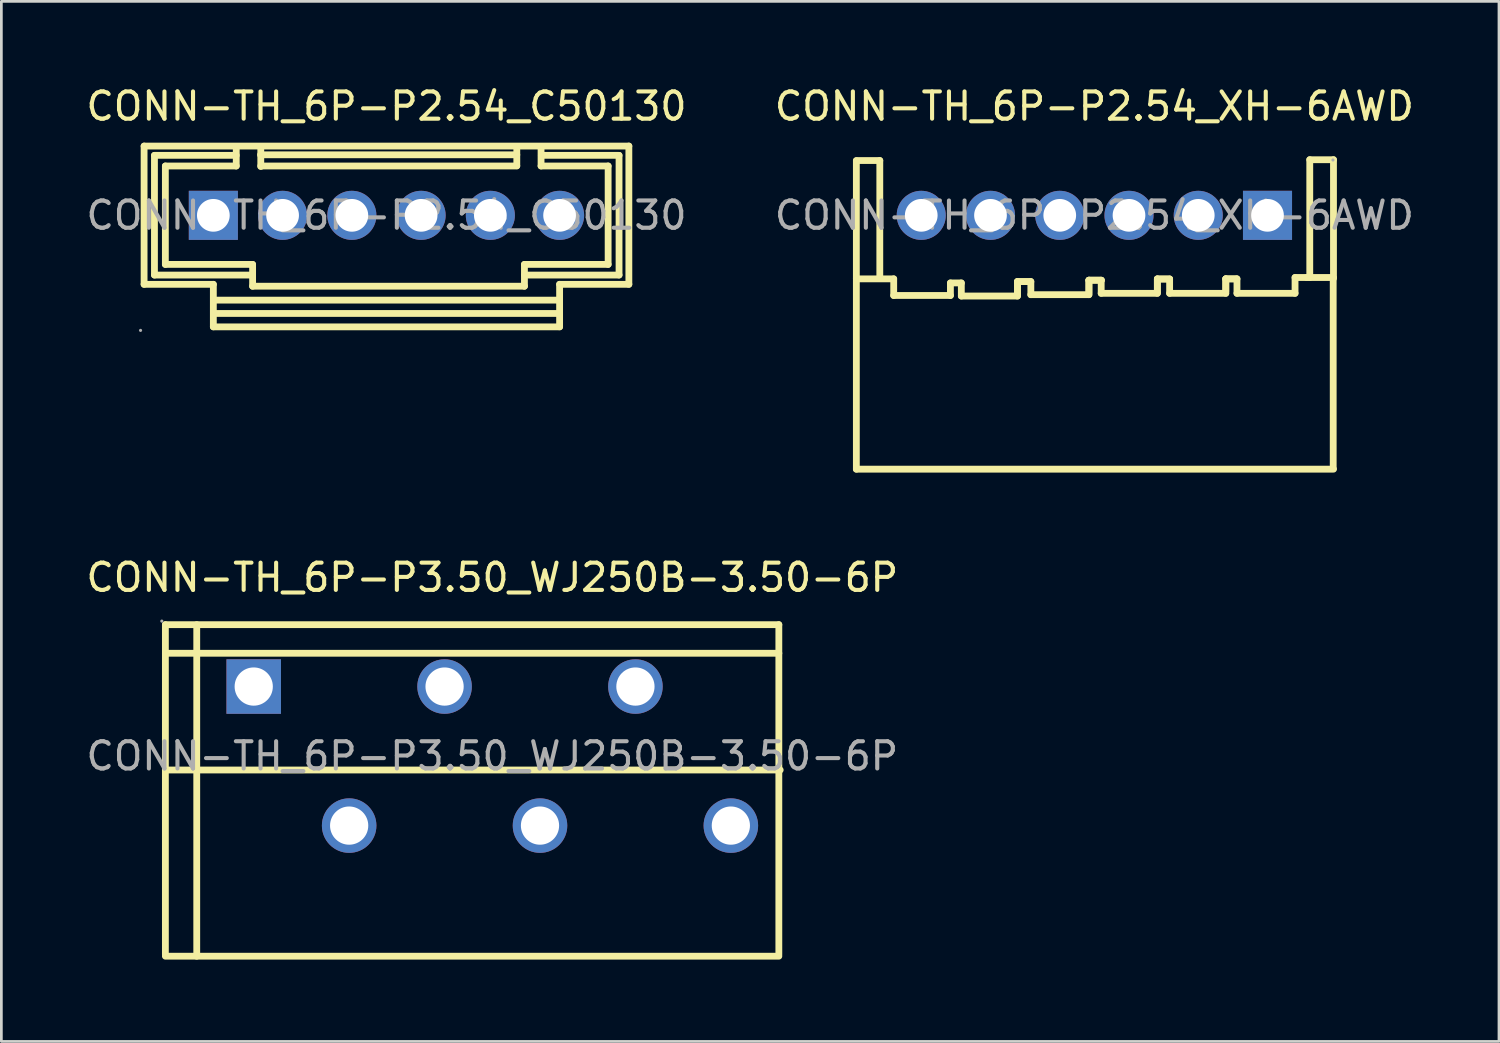
<source format=kicad_pcb>
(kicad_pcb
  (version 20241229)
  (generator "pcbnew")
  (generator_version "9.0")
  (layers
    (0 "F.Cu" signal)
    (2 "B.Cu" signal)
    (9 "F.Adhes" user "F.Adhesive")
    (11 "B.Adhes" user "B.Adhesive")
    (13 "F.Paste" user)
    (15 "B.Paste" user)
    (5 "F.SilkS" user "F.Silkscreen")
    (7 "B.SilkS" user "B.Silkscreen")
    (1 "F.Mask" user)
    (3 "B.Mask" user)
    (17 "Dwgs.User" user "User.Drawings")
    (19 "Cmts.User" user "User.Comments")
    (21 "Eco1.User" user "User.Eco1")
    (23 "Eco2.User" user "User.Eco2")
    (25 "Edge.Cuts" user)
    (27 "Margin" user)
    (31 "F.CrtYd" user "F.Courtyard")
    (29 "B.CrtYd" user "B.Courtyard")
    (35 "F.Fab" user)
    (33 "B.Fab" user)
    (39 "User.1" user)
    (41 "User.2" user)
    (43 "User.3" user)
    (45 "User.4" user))
  (footprint "CONN-TH_6P-P3.50_WJ250B-3.50-6P"
    (layer "F.Cu")
    (at 15.006 24.681)
    (property "Reference" "CONN-TH_6P-P3.50_WJ250B-3.50-6P" (at 0 -6.55 0) (layer "F.SilkS") (effects (font (size 1 1) (thickness 0.15))))
    (attr through_hole)
    (fp_line (start -11.99 -4.82) (end -11.99 7.28) (stroke (width 0.25) (type solid)) (layer "F.SilkS"))
    (fp_line (start -11.99 -4.82) (end 10.51 -4.82) (stroke (width 0.25) (type solid)) (layer "F.SilkS"))
    (fp_line (start -11.99 -3.77) (end 10.51 -3.77) (stroke (width 0.25) (type solid)) (layer "F.SilkS"))
    (fp_line (start -11.99 7.34) (end 10.51 7.34) (stroke (width 0.25) (type solid)) (layer "F.SilkS"))
    (fp_line (start -11.94 0.51) (end 10.56 0.51) (stroke (width 0.25) (type solid)) (layer "F.SilkS"))
    (fp_line (start -10.84 -4.82) (end -10.84 7.34) (stroke (width 0.25) (type solid)) (layer "F.SilkS"))
    (fp_line (start 10.51 -4.82) (end 10.51 7.28) (stroke (width 0.25) (type solid)) (layer "F.SilkS"))
    (fp_circle (center -12.12 -4.95) (end -12.09 -4.95) (stroke (width 0.06) (type solid)) (fill no) (layer "F.Fab"))
    (fp_circle (center -8.75 -2.55) (end -8.45 -2.55) (stroke (width 0.6) (type solid)) (fill no) (layer "F.Fab"))
    (fp_circle (center -5.25 2.55) (end -4.95 2.55) (stroke (width 0.6) (type solid)) (fill no) (layer "F.Fab"))
    (fp_circle (center -1.75 -2.55) (end -1.45 -2.55) (stroke (width 0.6) (type solid)) (fill no) (layer "F.Fab"))
    (fp_circle (center 1.75 2.55) (end 2.05 2.55) (stroke (width 0.6) (type solid)) (fill no) (layer "F.Fab"))
    (fp_circle (center 5.25 -2.55) (end 5.55 -2.55) (stroke (width 0.6) (type solid)) (fill no) (layer "F.Fab"))
    (fp_circle (center 8.75 2.55) (end 9.05 2.55) (stroke (width 0.6) (type solid)) (fill no) (layer "F.Fab"))
    (fp_text user "${REFERENCE}" (at 0 0 0) (layer "F.Fab") (effects (font (size 1 1) (thickness 0.15))))
    (pad "1" thru_hole rect (at -8.75 -2.55 180) (size 2 2) (drill 1.402) (layers "*.Cu" "*.Paste" "*.Mask"))
    (pad "4" thru_hole circle (at -5.25 2.55 180) (size 2 2) (drill 1.402) (layers "*.Cu" "*.Paste" "*.Mask"))
    (pad "5" thru_hole circle (at -1.75 -2.55 180) (size 2 2) (drill 1.402) (layers "*.Cu" "*.Paste" "*.Mask"))
    (pad "8" thru_hole circle (at 1.75 2.55) (size 2 2) (drill 1.402) (layers "*.Cu" "*.Paste" "*.Mask"))
    (pad "9" thru_hole circle (at 5.25 -2.55) (size 2 2) (drill 1.402) (layers "*.Cu" "*.Paste" "*.Mask"))
    (pad "12" thru_hole circle (at 8.75 2.55) (size 2 2) (drill 1.402) (layers "*.Cu" "*.Paste" "*.Mask")))
  (footprint "CONN-TH_6P-P2.54_C50130"
    (layer "F.Cu")
    (at 11.125 4.848)
    (property "Reference" "CONN-TH_6P-P2.54_C50130" (at 0 -4 0) (layer "F.SilkS") (effects (font (size 1 1) (thickness 0.15))))
    (attr through_hole)
    (fp_line (start -8.89 -2.54) (end -8.89 2.53) (stroke (width 0.25) (type solid)) (layer "F.SilkS"))
    (fp_line (start -8.89 -2.54) (end 8.89 -2.54) (stroke (width 0.25) (type solid)) (layer "F.SilkS"))
    (fp_line (start -8.89 2.53) (end -6.35 2.53) (stroke (width 0.25) (type solid)) (layer "F.SilkS"))
    (fp_line (start -8.51 -2.2) (end -8.51 2.19) (stroke (width 0.25) (type solid)) (layer "F.SilkS"))
    (fp_line (start -8.51 2.19) (end -4.91 2.19) (stroke (width 0.25) (type solid)) (layer "F.SilkS"))
    (fp_line (start -8.11 -1.81) (end -8.11 1.8) (stroke (width 0.25) (type solid)) (layer "F.SilkS"))
    (fp_line (start -8.11 1.8) (end -4.91 1.8) (stroke (width 0.25) (type solid)) (layer "F.SilkS"))
    (fp_line (start -6.35 2.53) (end -6.35 4.09) (stroke (width 0.25) (type solid)) (layer "F.SilkS"))
    (fp_line (start -6.35 4.09) (end 6.35 4.09) (stroke (width 0.25) (type solid)) (layer "F.SilkS"))
    (fp_line (start -6.31 3.11) (end 6.35 3.11) (stroke (width 0.25) (type solid)) (layer "F.SilkS"))
    (fp_line (start -6.31 3.6) (end 6.35 3.6) (stroke (width 0.25) (type solid)) (layer "F.SilkS"))
    (fp_line (start -5.51 -2.2) (end -8.51 -2.2) (stroke (width 0.25) (type solid)) (layer "F.SilkS"))
    (fp_line (start -5.51 -1.81) (end -8.11 -1.81) (stroke (width 0.25) (type solid)) (layer "F.SilkS"))
    (fp_line (start -5.51 -1.81) (end -5.51 -2.5) (stroke (width 0.25) (type solid)) (layer "F.SilkS"))
    (fp_line (start -4.91 1.8) (end -4.91 2.6) (stroke (width 0.25) (type solid)) (layer "F.SilkS"))
    (fp_line (start -4.91 2.6) (end 5.06 2.6) (stroke (width 0.25) (type solid)) (layer "F.SilkS"))
    (fp_line (start -4.62 -2.22) (end 4.78 -2.22) (stroke (width 0.25) (type solid)) (layer "F.SilkS"))
    (fp_line (start -4.61 -1.81) (end 4.78 -1.81) (stroke (width 0.25) (type solid)) (layer "F.SilkS"))
    (fp_line (start -4.61 -1.79) (end -4.61 -2.5) (stroke (width 0.25) (type solid)) (layer "F.SilkS"))
    (fp_line (start 4.78 -1.82) (end 4.78 -2.51) (stroke (width 0.25) (type solid)) (layer "F.SilkS"))
    (fp_line (start 5.06 1.8) (end 8.13 1.8) (stroke (width 0.25) (type solid)) (layer "F.SilkS"))
    (fp_line (start 5.06 2.6) (end 5.06 1.8) (stroke (width 0.25) (type solid)) (layer "F.SilkS"))
    (fp_line (start 5.67 -1.81) (end 5.67 -2.5) (stroke (width 0.25) (type solid)) (layer "F.SilkS"))
    (fp_line (start 5.68 -2.2) (end 8.53 -2.2) (stroke (width 0.25) (type solid)) (layer "F.SilkS"))
    (fp_line (start 6.35 2.53) (end 6.35 4.09) (stroke (width 0.25) (type solid)) (layer "F.SilkS"))
    (fp_line (start 6.35 2.53) (end 8.89 2.53) (stroke (width 0.25) (type solid)) (layer "F.SilkS"))
    (fp_line (start 8.13 -1.81) (end 5.67 -1.81) (stroke (width 0.25) (type solid)) (layer "F.SilkS"))
    (fp_line (start 8.13 1.8) (end 8.13 -1.81) (stroke (width 0.25) (type solid)) (layer "F.SilkS"))
    (fp_line (start 8.53 -2.2) (end 8.53 2.19) (stroke (width 0.25) (type solid)) (layer "F.SilkS"))
    (fp_line (start 8.53 2.19) (end 5.07 2.19) (stroke (width 0.25) (type solid)) (layer "F.SilkS"))
    (fp_line (start 8.89 -2.54) (end 8.89 2.53) (stroke (width 0.25) (type solid)) (layer "F.SilkS"))
    (fp_circle (center -9.02 4.22) (end -8.99 4.22) (stroke (width 0.06) (type solid)) (fill no) (layer "F.Fab"))
    (fp_circle (center -6.35 0) (end -6.1 0) (stroke (width 0.5) (type solid)) (fill no) (layer "F.Fab"))
    (fp_circle (center -3.81 0) (end -3.56 0) (stroke (width 0.5) (type solid)) (fill no) (layer "F.Fab"))
    (fp_circle (center -1.27 0) (end -1.02 0) (stroke (width 0.5) (type solid)) (fill no) (layer "F.Fab"))
    (fp_circle (center 1.27 0) (end 1.52 0) (stroke (width 0.5) (type solid)) (fill no) (layer "F.Fab"))
    (fp_circle (center 3.81 0) (end 4.06 0) (stroke (width 0.5) (type solid)) (fill no) (layer "F.Fab"))
    (fp_circle (center 6.35 0) (end 6.6 0) (stroke (width 0.5) (type solid)) (fill no) (layer "F.Fab"))
    (fp_text user "${REFERENCE}" (at 0 0 0) (layer "F.Fab") (effects (font (size 1 1) (thickness 0.15))))
    (pad "1" thru_hole rect (at -6.35 0) (size 1.8 1.8) (drill 1.2) (layers "*.Cu" "*.Paste" "*.Mask"))
    (pad "2" thru_hole circle (at -3.81 0) (size 1.8 1.8) (drill 1.2) (layers "*.Cu" "*.Paste" "*.Mask"))
    (pad "3" thru_hole circle (at -1.27 0) (size 1.8 1.8) (drill 1.2) (layers "*.Cu" "*.Paste" "*.Mask"))
    (pad "4" thru_hole circle (at 1.27 0) (size 1.8 1.8) (drill 1.2) (layers "*.Cu" "*.Paste" "*.Mask"))
    (pad "5" thru_hole circle (at 3.81 0) (size 1.8 1.8) (drill 1.2) (layers "*.Cu" "*.Paste" "*.Mask"))
    (pad "6" thru_hole circle (at 6.35 0) (size 1.8 1.8) (drill 1.2) (layers "*.Cu" "*.Paste" "*.Mask")))
  (footprint "CONN-TH_6P-P2.54_XH-6AWD"
    (layer "F.Cu")
    (at 37.089 4.848)
    (property "Reference" "CONN-TH_6P-P2.54_XH-6AWD" (at 0 -4 0) (layer "F.SilkS") (effects (font (size 1 1) (thickness 0.15))))
    (attr through_hole)
    (fp_line (start -8.73 -2.01) (end -7.87 -2.01) (stroke (width 0.25) (type solid)) (layer "F.SilkS"))
    (fp_line (start -8.73 2.35) (end -8.73 -2) (stroke (width 0.25) (type solid)) (layer "F.SilkS"))
    (fp_line (start -8.73 2.38) (end -8.73 9.31) (stroke (width 0.25) (type solid)) (layer "F.SilkS"))
    (fp_line (start -7.87 -2.01) (end -7.87 2.3) (stroke (width 0.25) (type solid)) (layer "F.SilkS"))
    (fp_line (start -7.36 2.33) (end -8.73 2.33) (stroke (width 0.25) (type solid)) (layer "F.SilkS"))
    (fp_line (start -7.36 2.94) (end -7.36 2.33) (stroke (width 0.25) (type solid)) (layer "F.SilkS"))
    (fp_line (start -5.28 2.48) (end -5.28 2.94) (stroke (width 0.25) (type solid)) (layer "F.SilkS"))
    (fp_line (start -5.28 2.94) (end -7.36 2.94) (stroke (width 0.25) (type solid)) (layer "F.SilkS"))
    (fp_line (start -4.88 2.48) (end -5.28 2.48) (stroke (width 0.25) (type solid)) (layer "F.SilkS"))
    (fp_line (start -4.88 2.96) (end -4.88 2.48) (stroke (width 0.25) (type solid)) (layer "F.SilkS"))
    (fp_line (start -2.82 2.43) (end -2.82 2.89) (stroke (width 0.25) (type solid)) (layer "F.SilkS"))
    (fp_line (start -2.82 2.43) (end -2.82 2.96) (stroke (width 0.25) (type solid)) (layer "F.SilkS"))
    (fp_line (start -2.82 2.96) (end -4.88 2.96) (stroke (width 0.25) (type solid)) (layer "F.SilkS"))
    (fp_line (start -2.36 2.43) (end -2.82 2.43) (stroke (width 0.25) (type solid)) (layer "F.SilkS"))
    (fp_line (start -2.33 2.43) (end -2.82 2.43) (stroke (width 0.25) (type solid)) (layer "F.SilkS"))
    (fp_line (start -2.33 2.91) (end -2.33 2.43) (stroke (width 0.25) (type solid)) (layer "F.SilkS"))
    (fp_line (start -0.2 2.38) (end -0.2 2.84) (stroke (width 0.25) (type solid)) (layer "F.SilkS"))
    (fp_line (start -0.2 2.38) (end -0.2 2.91) (stroke (width 0.25) (type solid)) (layer "F.SilkS"))
    (fp_line (start -0.2 2.91) (end -2.33 2.91) (stroke (width 0.25) (type solid)) (layer "F.SilkS"))
    (fp_line (start 0.25 2.38) (end -0.2 2.38) (stroke (width 0.25) (type solid)) (layer "F.SilkS"))
    (fp_line (start 0.25 2.86) (end 0.25 2.38) (stroke (width 0.25) (type solid)) (layer "F.SilkS"))
    (fp_line (start 0.26 2.38) (end -0.2 2.38) (stroke (width 0.25) (type solid)) (layer "F.SilkS"))
    (fp_line (start 2.31 2.33) (end 2.31 2.86) (stroke (width 0.25) (type solid)) (layer "F.SilkS"))
    (fp_line (start 2.31 2.34) (end 2.31 2.79) (stroke (width 0.25) (type solid)) (layer "F.SilkS"))
    (fp_line (start 2.31 2.86) (end 0.25 2.86) (stroke (width 0.25) (type solid)) (layer "F.SilkS"))
    (fp_line (start 2.76 2.33) (end 2.31 2.33) (stroke (width 0.25) (type solid)) (layer "F.SilkS"))
    (fp_line (start 2.76 2.34) (end 2.31 2.34) (stroke (width 0.25) (type solid)) (layer "F.SilkS"))
    (fp_line (start 2.76 2.86) (end 2.76 2.34) (stroke (width 0.25) (type solid)) (layer "F.SilkS"))
    (fp_line (start 4.82 2.33) (end 4.82 2.79) (stroke (width 0.25) (type solid)) (layer "F.SilkS"))
    (fp_line (start 4.82 2.33) (end 4.82 2.86) (stroke (width 0.25) (type solid)) (layer "F.SilkS"))
    (fp_line (start 4.82 2.86) (end 2.76 2.86) (stroke (width 0.25) (type solid)) (layer "F.SilkS"))
    (fp_line (start 5.2 2.33) (end 4.82 2.33) (stroke (width 0.25) (type solid)) (layer "F.SilkS"))
    (fp_line (start 5.23 2.33) (end 4.82 2.33) (stroke (width 0.25) (type solid)) (layer "F.SilkS"))
    (fp_line (start 5.23 2.86) (end 5.23 2.33) (stroke (width 0.25) (type solid)) (layer "F.SilkS"))
    (fp_line (start 7.36 2.28) (end 7.36 2.86) (stroke (width 0.25) (type solid)) (layer "F.SilkS"))
    (fp_line (start 7.36 2.86) (end 5.23 2.86) (stroke (width 0.25) (type solid)) (layer "F.SilkS"))
    (fp_line (start 7.79 2.28) (end 7.36 2.28) (stroke (width 0.25) (type solid)) (layer "F.SilkS"))
    (fp_line (start 7.9 -2.04) (end 7.9 2.28) (stroke (width 0.25) (type solid)) (layer "F.SilkS"))
    (fp_line (start 8.76 2.28) (end 7.79 2.28) (stroke (width 0.25) (type solid)) (layer "F.SilkS"))
    (fp_line (start 8.76 2.29) (end 8.76 9.29) (stroke (width 0.25) (type solid)) (layer "F.SilkS"))
    (fp_line (start 8.77 -2.04) (end 7.9 -2.04) (stroke (width 0.25) (type solid)) (layer "F.SilkS"))
    (fp_line (start 8.77 2.31) (end 8.77 -2.04) (stroke (width 0.25) (type solid)) (layer "F.SilkS"))
    (fp_line (start 8.77 9.31) (end -8.73 9.31) (stroke (width 0.25) (type solid)) (layer "F.SilkS"))
    (fp_circle (center 8.75 -2.03) (end 8.78 -2.03) (stroke (width 0.06) (type solid)) (fill no) (layer "F.Fab"))
    (fp_text user "${REFERENCE}" (at 0 0 0) (layer "F.Fab") (effects (font (size 1 1) (thickness 0.15))))
    (pad "1" thru_hole rect (at 6.35 0 180) (size 1.8 1.8) (drill 1.199) (layers "*.Cu" "*.Paste" "*.Mask"))
    (pad "2" thru_hole circle (at 3.81 0 180) (size 1.8 1.8) (drill 1.199) (layers "*.Cu" "*.Paste" "*.Mask"))
    (pad "3" thru_hole circle (at 1.27 0 180) (size 1.8 1.8) (drill 1.199) (layers "*.Cu" "*.Paste" "*.Mask"))
    (pad "4" thru_hole circle (at -1.27 0 180) (size 1.8 1.8) (drill 1.199) (layers "*.Cu" "*.Paste" "*.Mask"))
    (pad "5" thru_hole circle (at -3.81 0 180) (size 1.8 1.8) (drill 1.199) (layers "*.Cu" "*.Paste" "*.Mask"))
    (pad "6" thru_hole circle (at -6.35 0 180) (size 1.8 1.8) (drill 1.199) (layers "*.Cu" "*.Paste" "*.Mask")))
  (gr_rect
    (start -3 -3)
    (end 51.929 35.147)
    (stroke (width 0.1) (type default))
    (fill no)
    (layer "Edge.Cuts")))
</source>
